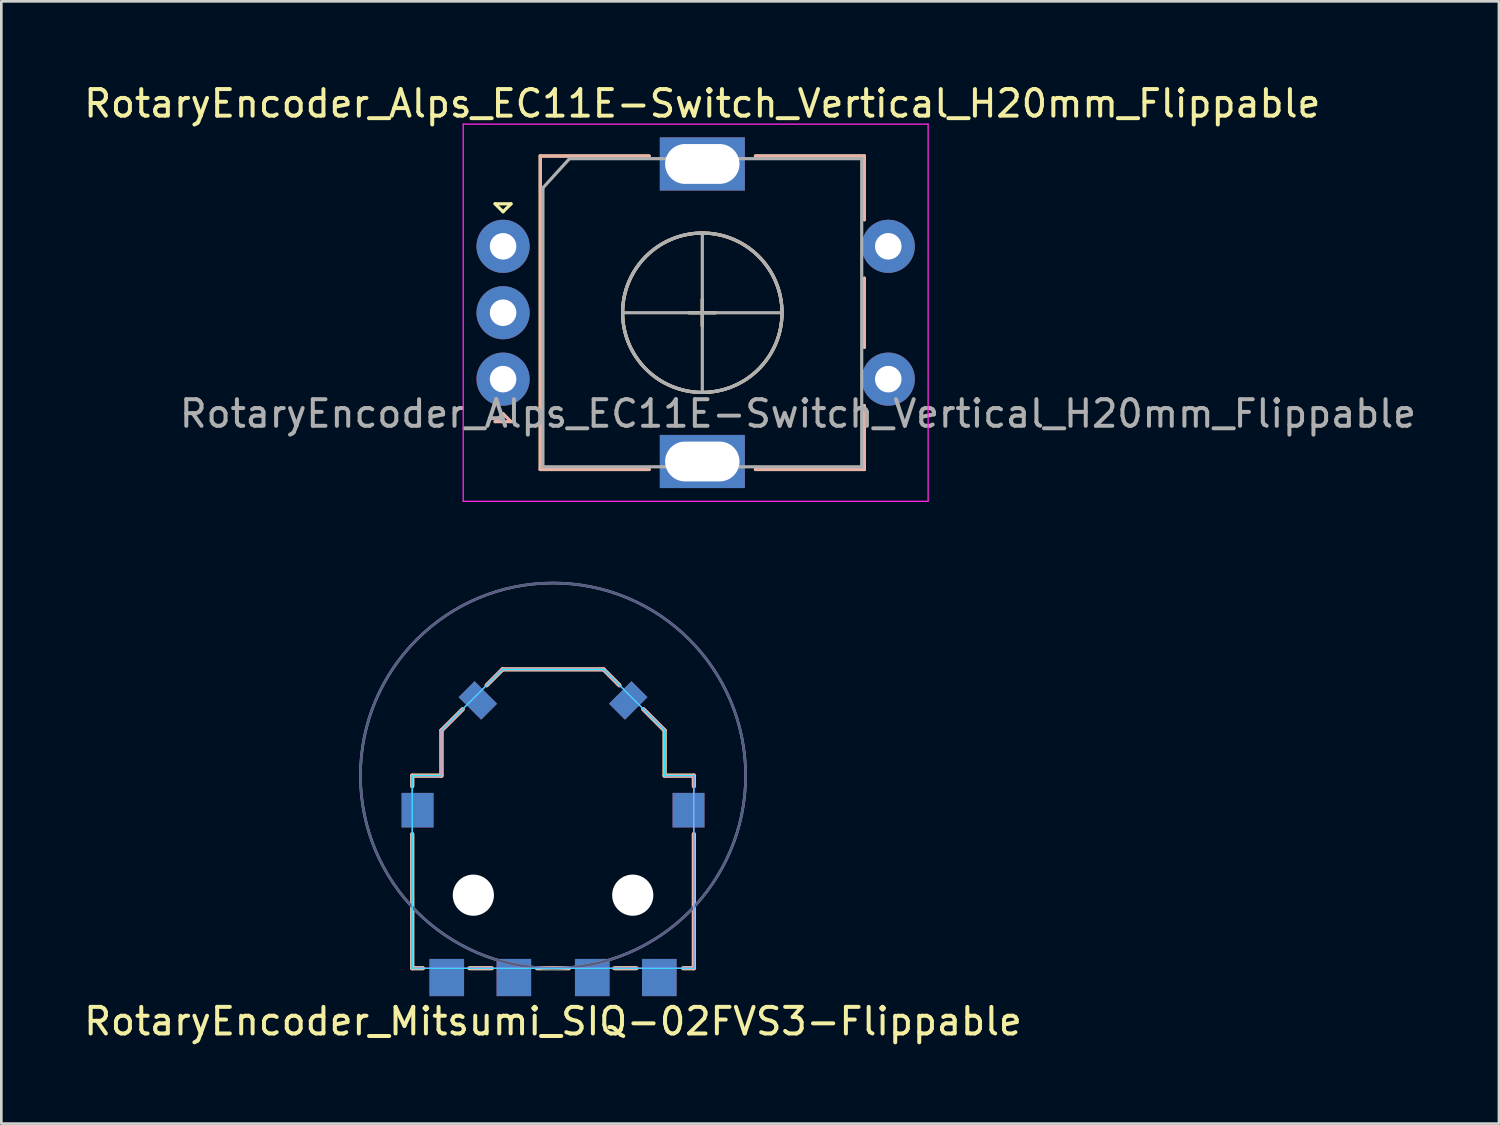
<source format=kicad_pcb>
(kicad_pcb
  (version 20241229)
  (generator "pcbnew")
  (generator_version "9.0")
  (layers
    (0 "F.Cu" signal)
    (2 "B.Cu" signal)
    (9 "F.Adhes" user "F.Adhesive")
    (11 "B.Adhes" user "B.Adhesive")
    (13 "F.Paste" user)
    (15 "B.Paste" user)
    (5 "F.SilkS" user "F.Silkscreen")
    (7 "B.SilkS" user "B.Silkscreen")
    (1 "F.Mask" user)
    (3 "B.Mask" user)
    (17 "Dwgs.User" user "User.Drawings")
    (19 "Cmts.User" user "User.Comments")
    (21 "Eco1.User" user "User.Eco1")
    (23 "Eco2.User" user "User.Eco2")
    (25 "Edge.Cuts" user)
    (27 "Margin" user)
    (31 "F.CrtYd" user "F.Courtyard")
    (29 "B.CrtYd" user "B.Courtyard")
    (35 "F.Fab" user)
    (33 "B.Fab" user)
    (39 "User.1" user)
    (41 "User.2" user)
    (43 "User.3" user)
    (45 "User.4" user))
  (footprint "RotaryEncoder_Alps_EC11E-Switch_Vertical_H20mm_Flippable"
    (layer "F.Cu")
    (at 23.387 8.722)
    (property "Reference" "RotaryEncoder_Alps_EC11E-Switch_Vertical_H20mm_Flippable" (at 0 -7.874 0) (layer "F.SilkS") (effects (font (size 1 1) (thickness 0.15))))
    (attr through_hole)
    (fp_line (start -7.8 -4.1) (end -7.2 -4.1) (stroke (width 0.12) (type solid)) (layer "F.SilkS"))
    (fp_line (start -7.5 -3.8) (end -7.8 -4.1) (stroke (width 0.12) (type solid)) (layer "F.SilkS"))
    (fp_line (start -7.2 -4.1) (end -7.5 -3.8) (stroke (width 0.12) (type solid)) (layer "F.SilkS"))
    (fp_line (start -6.1 -5.9) (end -6.1 5.9) (stroke (width 0.12) (type solid)) (layer "F.SilkS"))
    (fp_line (start -2 -5.9) (end -6.1 -5.9) (stroke (width 0.12) (type solid)) (layer "F.SilkS"))
    (fp_line (start -2 5.9) (end -6.1 5.9) (stroke (width 0.12) (type solid)) (layer "F.SilkS"))
    (fp_line (start -0.5 0) (end 0.5 0) (stroke (width 0.12) (type solid)) (layer "F.SilkS"))
    (fp_line (start 0 -0.5) (end 0 0.5) (stroke (width 0.12) (type solid)) (layer "F.SilkS"))
    (fp_line (start 2 -5.9) (end 6.1 -5.9) (stroke (width 0.12) (type solid)) (layer "F.SilkS"))
    (fp_line (start 6.1 -5.9) (end 6.1 -3.5) (stroke (width 0.12) (type solid)) (layer "F.SilkS"))
    (fp_line (start 6.1 -1.3) (end 6.1 1.3) (stroke (width 0.12) (type solid)) (layer "F.SilkS"))
    (fp_line (start 6.1 3.5) (end 6.1 5.9) (stroke (width 0.12) (type solid)) (layer "F.SilkS"))
    (fp_line (start 6.1 5.9) (end 2 5.9) (stroke (width 0.12) (type solid)) (layer "F.SilkS"))
    (fp_circle (center 0 0) (end 3 0) (stroke (width 0.12) (type solid)) (fill no) (layer "F.SilkS"))
    (fp_line (start -7.8 4.1) (end -7.2 4.1) (stroke (width 0.12) (type solid)) (layer "B.SilkS"))
    (fp_line (start -7.5 3.8) (end -7.8 4.1) (stroke (width 0.12) (type solid)) (layer "B.SilkS"))
    (fp_line (start -7.2 4.1) (end -7.5 3.8) (stroke (width 0.12) (type solid)) (layer "B.SilkS"))
    (fp_line (start -6.1 5.9) (end -6.1 -5.9) (stroke (width 0.12) (type solid)) (layer "B.SilkS"))
    (fp_line (start -2 -5.9) (end -6.1 -5.9) (stroke (width 0.12) (type solid)) (layer "B.SilkS"))
    (fp_line (start -2 5.9) (end -6.1 5.9) (stroke (width 0.12) (type solid)) (layer "B.SilkS"))
    (fp_line (start -0.5 0) (end 0.5 0) (stroke (width 0.12) (type solid)) (layer "B.SilkS"))
    (fp_line (start 0 0.5) (end 0 -0.5) (stroke (width 0.12) (type solid)) (layer "B.SilkS"))
    (fp_line (start 2 5.9) (end 6.1 5.9) (stroke (width 0.12) (type solid)) (layer "B.SilkS"))
    (fp_line (start 6.1 -5.9) (end 2 -5.9) (stroke (width 0.12) (type solid)) (layer "B.SilkS"))
    (fp_line (start 6.1 -3.5) (end 6.1 -5.9) (stroke (width 0.12) (type solid)) (layer "B.SilkS"))
    (fp_line (start 6.1 1.3) (end 6.1 -1.3) (stroke (width 0.12) (type solid)) (layer "B.SilkS"))
    (fp_line (start 6.1 5.9) (end 6.1 3.5) (stroke (width 0.12) (type solid)) (layer "B.SilkS"))
    (fp_circle (center 0 0) (end 3 0) (stroke (width 0.12) (type solid)) (fill no) (layer "B.SilkS"))
    (fp_line (start -9 -7.1) (end -9 7.1) (stroke (width 0.05) (type solid)) (layer "F.CrtYd"))
    (fp_line (start -9 -7.1) (end 8.5 -7.1) (stroke (width 0.05) (type solid)) (layer "F.CrtYd"))
    (fp_line (start 8.5 7.1) (end -9 7.1) (stroke (width 0.05) (type solid)) (layer "F.CrtYd"))
    (fp_line (start 8.5 7.1) (end 8.5 -7.1) (stroke (width 0.05) (type solid)) (layer "F.CrtYd"))
    (fp_line (start -6 -4.7) (end -5 -5.8) (stroke (width 0.12) (type solid)) (layer "F.Fab"))
    (fp_line (start -6 5.8) (end -6 -4.7) (stroke (width 0.12) (type solid)) (layer "F.Fab"))
    (fp_line (start -5 -5.8) (end 6 -5.8) (stroke (width 0.12) (type solid)) (layer "F.Fab"))
    (fp_line (start -3 0) (end 3 0) (stroke (width 0.12) (type solid)) (layer "F.Fab"))
    (fp_line (start 0 -3) (end 0 3) (stroke (width 0.12) (type solid)) (layer "F.Fab"))
    (fp_line (start 6 -5.8) (end 6 5.8) (stroke (width 0.12) (type solid)) (layer "F.Fab"))
    (fp_line (start 6 5.8) (end -6 5.8) (stroke (width 0.12) (type solid)) (layer "F.Fab"))
    (fp_circle (center 0 0) (end 3 0) (stroke (width 0.12) (type solid)) (fill no) (layer "F.Fab"))
    (fp_text user "${REFERENCE}" (at 3.6 3.8 0) (layer "F.Fab") (effects (font (size 1 1) (thickness 0.15))))
    (pad "A" thru_hole circle (at -7.5 -2.5) (size 2 2) (drill 1) (layers "*.Cu" "*.Mask"))
    (pad "B" thru_hole circle (at -7.5 2.5) (size 2 2) (drill 1) (layers "*.Cu" "*.Mask"))
    (pad "C" thru_hole circle (at -7.5 0) (size 2 2) (drill 1) (layers "*.Cu" "*.Mask"))
    (pad "MP" thru_hole rect (at 0 -5.6) (size 3.2 2) (drill oval 2.8 1.5) (layers "*.Cu" "*.Mask"))
    (pad "MP" thru_hole rect (at 0 5.6) (size 3.2 2) (drill oval 2.8 1.5) (layers "*.Cu" "*.Mask"))
    (pad "S1" thru_hole circle (at 7 2.5) (size 2 2) (drill 1) (layers "*.Cu" "*.Mask"))
    (pad "S2" thru_hole circle (at 7 -2.5) (size 2 2) (drill 1) (layers "*.Cu" "*.Mask")))
  (footprint "RotaryEncoder_Mitsumi_SIQ-02FVS3-Flippable"
    (layer "F.Cu")
    (at 17.768 26.147)
    (property "Reference" "RotaryEncoder_Mitsumi_SIQ-02FVS3-Flippable" (at 0 9.25 0) (layer "F.SilkS") (effects (font (size 1 1) (thickness 0.15))))
    (attr smd)
    (fp_line (start -5.3 0) (end -4.2 0) (stroke (width 0.15) (type solid)) (layer "F.SilkS"))
    (fp_line (start -5.3 0.4) (end -5.3 0) (stroke (width 0.15) (type solid)) (layer "F.SilkS"))
    (fp_line (start -5.3 7.25) (end -5.3 2.2) (stroke (width 0.15) (type solid)) (layer "F.SilkS"))
    (fp_line (start -4.9 7.25) (end -5.3 7.25) (stroke (width 0.15) (type solid)) (layer "F.SilkS"))
    (fp_line (start -4.2 -1.7) (end -4.2 0) (stroke (width 0.15) (type solid)) (layer "F.SilkS"))
    (fp_line (start -3.4 -2.5) (end -4.2 -1.7) (stroke (width 0.15) (type solid)) (layer "F.SilkS"))
    (fp_line (start -2.3 7.25) (end -3.15 7.25) (stroke (width 0.15) (type solid)) (layer "F.SilkS"))
    (fp_line (start -1.9 -4) (end -2.5 -3.4) (stroke (width 0.15) (type solid)) (layer "F.SilkS"))
    (fp_line (start 0.6 7.25) (end -0.6 7.25) (stroke (width 0.15) (type solid)) (layer "F.SilkS"))
    (fp_line (start 1.9 -4) (end -1.9 -4) (stroke (width 0.15) (type solid)) (layer "F.SilkS"))
    (fp_line (start 1.9 -4) (end 2.5 -3.4) (stroke (width 0.15) (type solid)) (layer "F.SilkS"))
    (fp_line (start 3.1 7.25) (end 2.35 7.25) (stroke (width 0.15) (type solid)) (layer "F.SilkS"))
    (fp_line (start 3.4 -2.5) (end 4.2 -1.7) (stroke (width 0.15) (type solid)) (layer "F.SilkS"))
    (fp_line (start 4.2 -1.7) (end 4.2 0) (stroke (width 0.15) (type solid)) (layer "F.SilkS"))
    (fp_line (start 5.3 0) (end 4.2 0) (stroke (width 0.15) (type solid)) (layer "F.SilkS"))
    (fp_line (start 5.3 0.4) (end 5.3 0) (stroke (width 0.15) (type solid)) (layer "F.SilkS"))
    (fp_line (start 5.3 7.25) (end 4.9 7.25) (stroke (width 0.15) (type solid)) (layer "F.SilkS"))
    (fp_line (start 5.3 7.25) (end 5.3 2.2) (stroke (width 0.15) (type solid)) (layer "F.SilkS"))
    (fp_line (start -5.3 0) (end -4.2 0) (stroke (width 0.15) (type solid)) (layer "B.SilkS"))
    (fp_line (start -5.3 0.4) (end -5.3 0) (stroke (width 0.15) (type solid)) (layer "B.SilkS"))
    (fp_line (start -5.3 7.25) (end -5.3 2.2) (stroke (width 0.15) (type solid)) (layer "B.SilkS"))
    (fp_line (start -5.3 7.25) (end -4.9 7.25) (stroke (width 0.15) (type solid)) (layer "B.SilkS"))
    (fp_line (start -4.2 -1.7) (end -4.2 0) (stroke (width 0.15) (type solid)) (layer "B.SilkS"))
    (fp_line (start -3.4 -2.5) (end -4.2 -1.7) (stroke (width 0.15) (type solid)) (layer "B.SilkS"))
    (fp_line (start -3.1 7.25) (end -2.35 7.25) (stroke (width 0.15) (type solid)) (layer "B.SilkS"))
    (fp_line (start -1.9 -4) (end -2.5 -3.4) (stroke (width 0.15) (type solid)) (layer "B.SilkS"))
    (fp_line (start -1.9 -4) (end 1.9 -4) (stroke (width 0.15) (type solid)) (layer "B.SilkS"))
    (fp_line (start -0.6 7.25) (end 0.6 7.25) (stroke (width 0.15) (type solid)) (layer "B.SilkS"))
    (fp_line (start 1.9 -4) (end 2.5 -3.4) (stroke (width 0.15) (type solid)) (layer "B.SilkS"))
    (fp_line (start 2.3 7.25) (end 3.15 7.25) (stroke (width 0.15) (type solid)) (layer "B.SilkS"))
    (fp_line (start 3.4 -2.5) (end 4.2 -1.7) (stroke (width 0.15) (type solid)) (layer "B.SilkS"))
    (fp_line (start 4.2 -1.7) (end 4.2 0) (stroke (width 0.15) (type solid)) (layer "B.SilkS"))
    (fp_line (start 4.9 7.25) (end 5.3 7.25) (stroke (width 0.15) (type solid)) (layer "B.SilkS"))
    (fp_line (start 5.3 0) (end 4.2 0) (stroke (width 0.15) (type solid)) (layer "B.SilkS"))
    (fp_line (start 5.3 0.4) (end 5.3 0) (stroke (width 0.15) (type solid)) (layer "B.SilkS"))
    (fp_line (start 5.3 7.25) (end 5.3 2.2) (stroke (width 0.15) (type solid)) (layer "B.SilkS"))
    (fp_line (start -5.3 0) (end -4.2 0) (stroke (width 0.05) (type solid)) (layer "B.CrtYd"))
    (fp_line (start -5.3 7.25) (end -5.3 0) (stroke (width 0.05) (type solid)) (layer "B.CrtYd"))
    (fp_line (start -4.2 -1.71) (end -1.9 -4) (stroke (width 0.05) (type solid)) (layer "B.CrtYd"))
    (fp_line (start -4.2 0) (end -4.2 -1.71) (stroke (width 0.05) (type solid)) (layer "B.CrtYd"))
    (fp_line (start -1.9 -4) (end 1.91 -4) (stroke (width 0.05) (type solid)) (layer "B.CrtYd"))
    (fp_line (start 1.91 -4) (end 4.2 -1.7) (stroke (width 0.05) (type solid)) (layer "B.CrtYd"))
    (fp_line (start 4.2 -1.7) (end 4.2 0) (stroke (width 0.05) (type solid)) (layer "B.CrtYd"))
    (fp_line (start 4.2 0) (end 5.3 0) (stroke (width 0.05) (type solid)) (layer "B.CrtYd"))
    (fp_line (start 5.3 0) (end 5.3 7.25) (stroke (width 0.05) (type solid)) (layer "B.CrtYd"))
    (fp_line (start 5.3 7.25) (end -5.3 7.25) (stroke (width 0.05) (type solid)) (layer "B.CrtYd"))
    (fp_line (start -5.3 0) (end -5.3 7.25) (stroke (width 0.05) (type solid)) (layer "F.CrtYd"))
    (fp_line (start -5.3 7.25) (end 5.3 7.25) (stroke (width 0.05) (type solid)) (layer "F.CrtYd"))
    (fp_line (start -4.2 -1.7) (end -4.2 0) (stroke (width 0.05) (type solid)) (layer "F.CrtYd"))
    (fp_line (start -4.2 0) (end -5.3 0) (stroke (width 0.05) (type solid)) (layer "F.CrtYd"))
    (fp_line (start -1.91 -4) (end -4.2 -1.7) (stroke (width 0.05) (type solid)) (layer "F.CrtYd"))
    (fp_line (start 1.9 -4) (end -1.91 -4) (stroke (width 0.05) (type solid)) (layer "F.CrtYd"))
    (fp_line (start 4.2 -1.71) (end 1.9 -4) (stroke (width 0.05) (type solid)) (layer "F.CrtYd"))
    (fp_line (start 4.2 0) (end 4.2 -1.71) (stroke (width 0.05) (type solid)) (layer "F.CrtYd"))
    (fp_line (start 5.3 0) (end 4.2 0) (stroke (width 0.05) (type solid)) (layer "F.CrtYd"))
    (fp_line (start 5.3 7.25) (end 5.3 0) (stroke (width 0.05) (type solid)) (layer "F.CrtYd"))
    (fp_circle (center 0 0) (end -7.25 0) (stroke (width 0.1) (type solid)) (fill no) (layer "B.Fab"))
    (fp_circle (center 0 0) (end 7.25 0) (stroke (width 0.1) (type solid)) (fill no) (layer "F.Fab"))
    (pad "" np_thru_hole circle (at -3 4.5) (size 1.55 1.55) (drill 1.55) (layers "*.Cu" "*.Mask"))
    (pad "" np_thru_hole circle (at 3 4.5) (size 1.55 1.55) (drill 1.55) (layers "*.Cu" "*.Mask"))
    (pad "A" smd rect (at -4 7.6) (size 1.3 1.4) (layers "F.Cu" "F.Mask" "F.Paste"))
    (pad "A" smd rect (at 4 7.6) (size 1.3 1.4) (layers "B.Cu" "B.Mask" "B.Paste"))
    (pad "B" smd rect (at -4 7.6) (size 1.3 1.4) (layers "B.Cu" "B.Mask" "B.Paste"))
    (pad "B" smd rect (at 4 7.6) (size 1.3 1.4) (layers "F.Cu" "F.Mask" "F.Paste"))
    (pad "C" smd rect (at -1.475 7.6) (size 1.3 1.4) (layers "B.Cu" "B.Mask" "B.Paste"))
    (pad "C" smd rect (at 1.475 7.6) (size 1.3 1.4) (layers "F.Cu" "F.Mask" "F.Paste"))
    (pad "MP" smd rect (at -5.1 1.3) (size 1.2 1.3) (layers "F.Cu" "F.Mask" "F.Paste"))
    (pad "MP" smd rect (at -5.1 1.3) (size 1.2 1.3) (layers "B.Cu" "B.Mask" "B.Paste"))
    (pad "MP" smd rect (at -2.83 -2.83 45) (size 0.85 1.2) (layers "F.Cu" "F.Mask" "F.Paste"))
    (pad "MP" smd rect (at -2.83 -2.83 225) (size 0.85 1.2) (layers "B.Cu" "B.Mask" "B.Paste"))
    (pad "MP" smd rect (at 2.83 -2.83 135) (size 0.85 1.2) (layers "F.Cu" "F.Mask" "F.Paste"))
    (pad "MP" smd rect (at 2.83 -2.83 315) (size 0.85 1.2) (layers "B.Cu" "B.Mask" "B.Paste"))
    (pad "MP" smd rect (at 5.1 1.3) (size 1.2 1.3) (layers "F.Cu" "F.Mask" "F.Paste"))
    (pad "MP" smd rect (at 5.1 1.3) (size 1.2 1.3) (layers "B.Cu" "B.Mask" "B.Paste"))
    (pad "S" smd rect (at -1.475 7.6) (size 1.3 1.4) (layers "F.Cu" "F.Mask" "F.Paste"))
    (pad "S" smd rect (at 1.475 7.6) (size 1.3 1.4) (layers "B.Cu" "B.Mask" "B.Paste")))
  (gr_rect
    (start -3 -3)
    (end 53.374 39.245)
    (stroke (width 0.1) (type default))
    (fill no)
    (layer "Edge.Cuts")))
</source>
